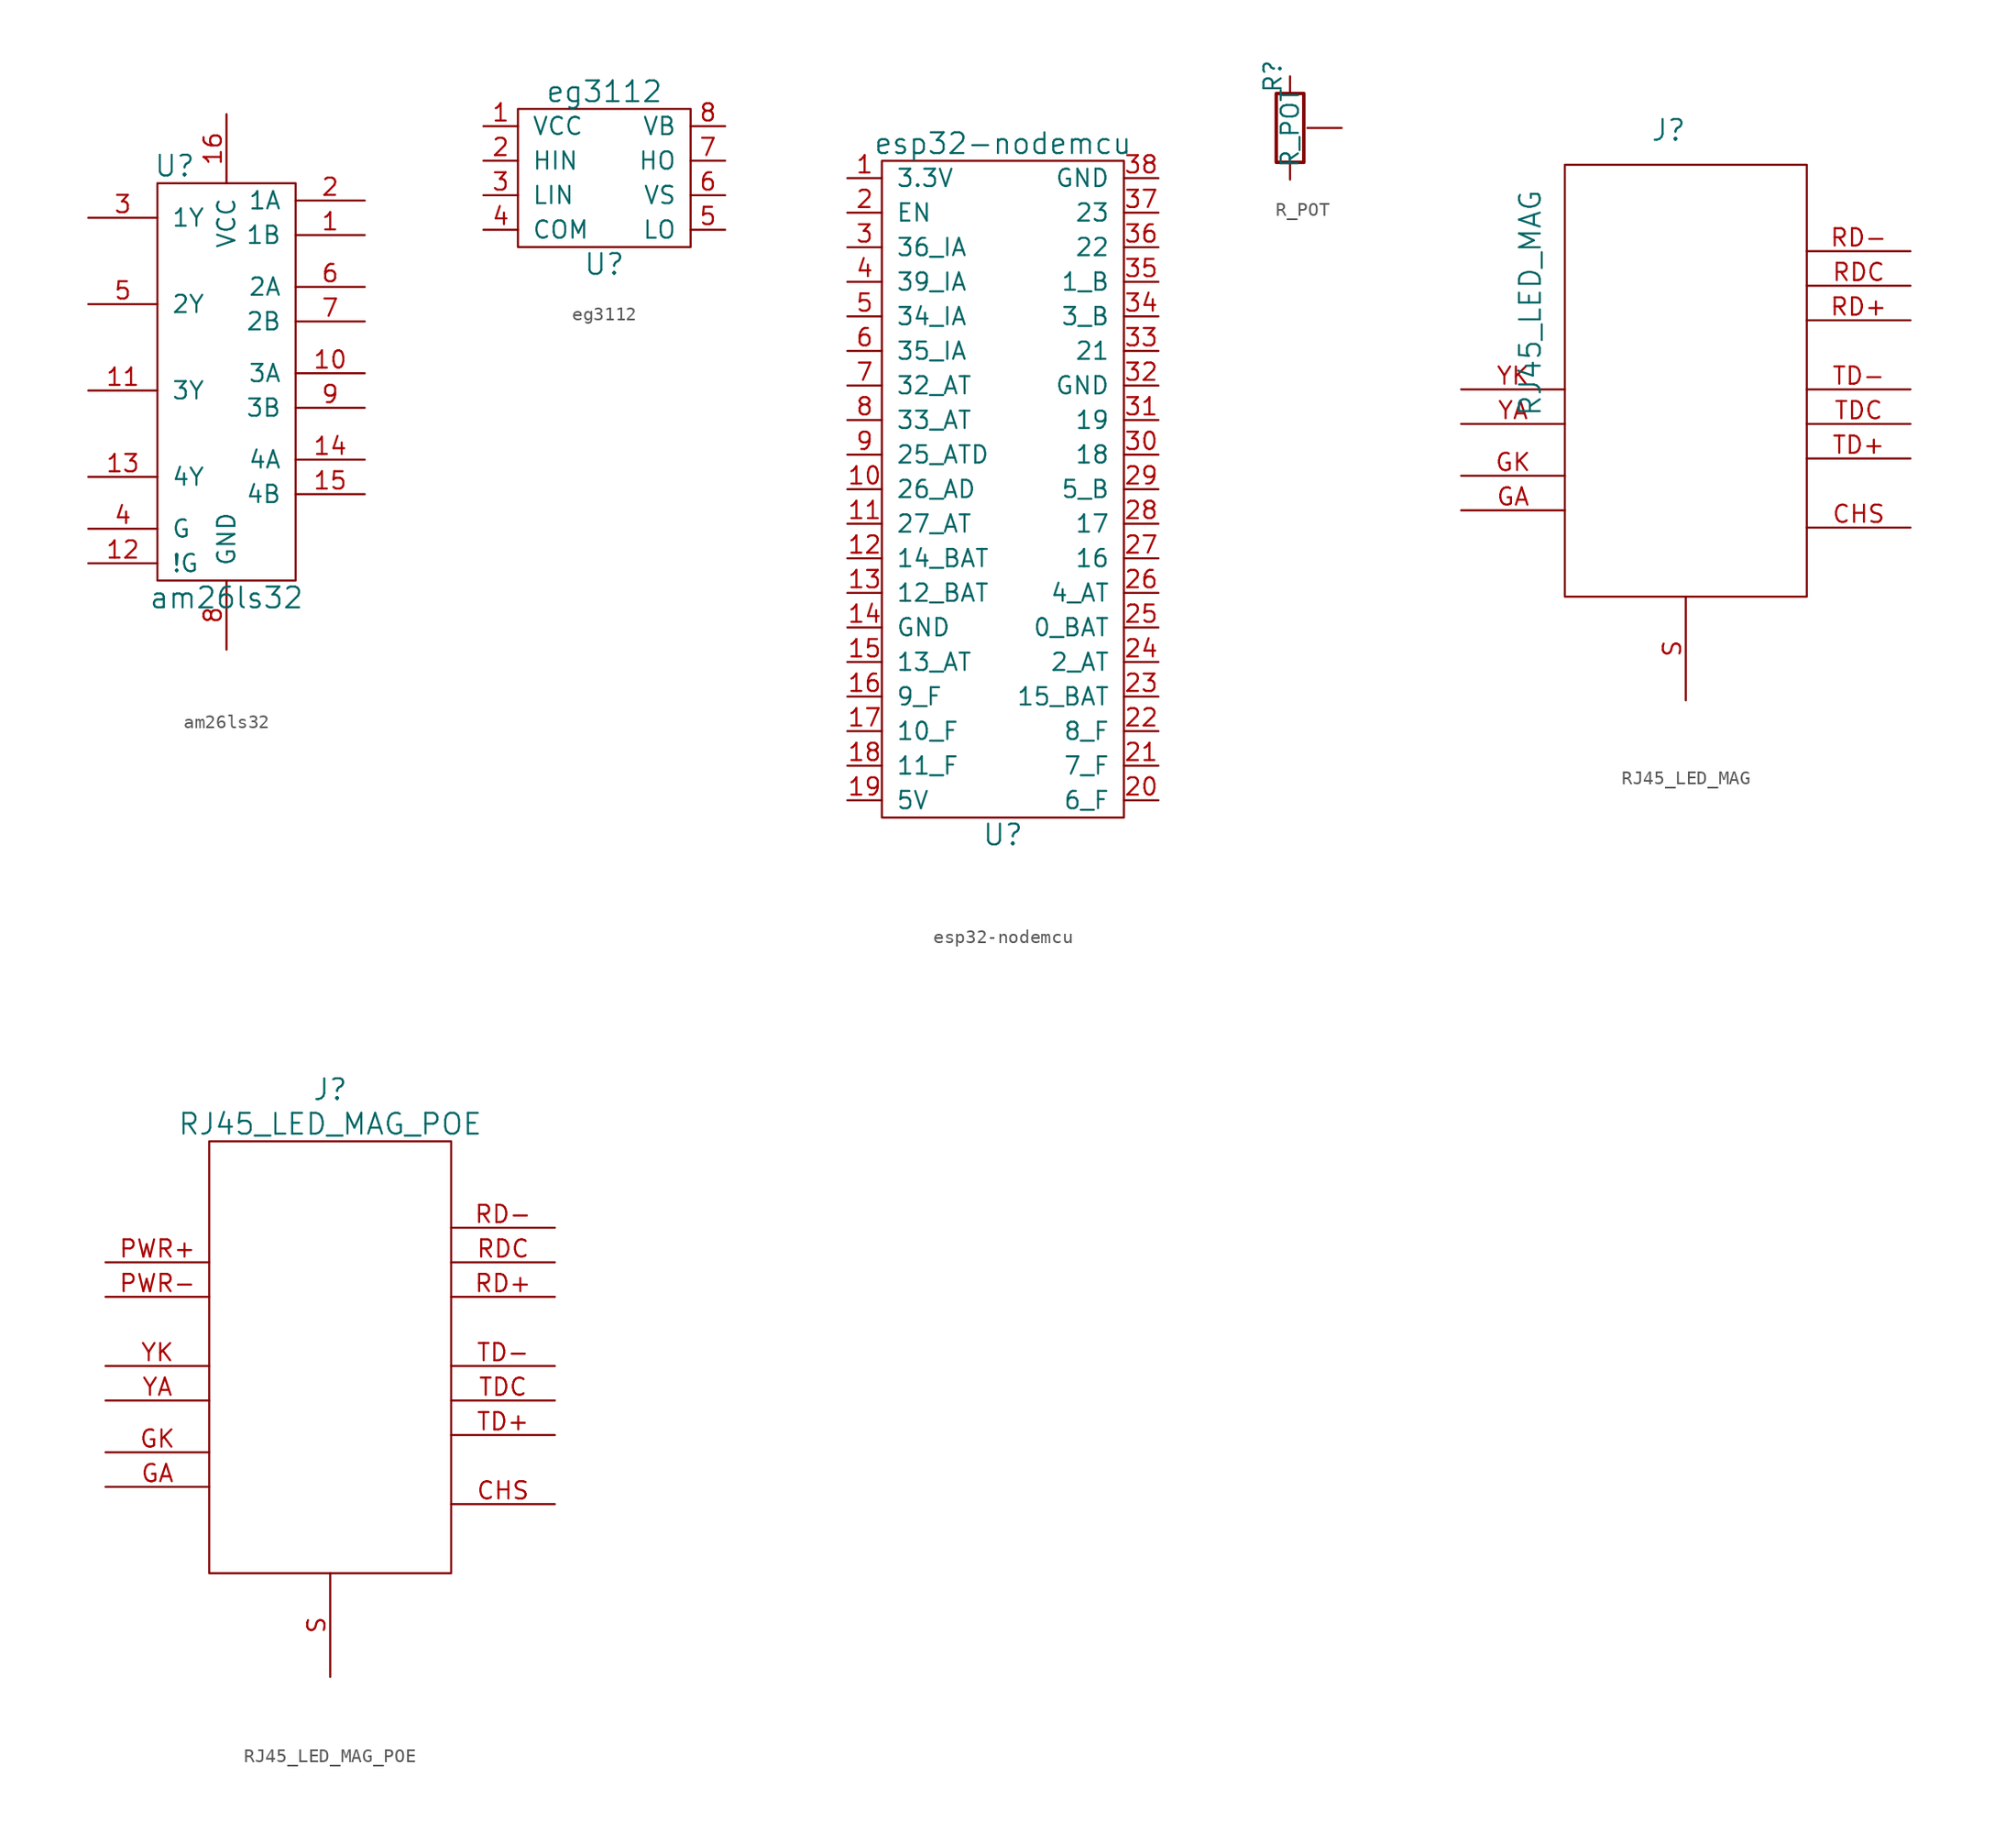
<source format=kicad_sym>
(kicad_symbol_lib
  (version 20211014)
  (generator kicad_symbol_editor)
  (symbol "am26ls32"
    (pin_names
      (offset 1.016))
    (property "Reference" "U"
      (at -3.81 12.7 0)
      (effects (font (size 1.524 1.524))))
    (property "Value" "am26ls32"
      (at 0 -19.05 0)
      (effects (font (size 1.524 1.524))))
    (symbol "am26ls32_0_1"
      (rectangle (start 5.08 11.43) (end -5.08 -17.78) (stroke (width 0) (type default) (color 0 0 0 0)) (fill (type none))))
    (symbol "am26ls32_1_1"
      (pin input line (at 10.16 7.62 180) (length 5.08) (name "1B" (effects (font (size 1.27 1.27)))) (number "1" (effects (font (size 1.27 1.27)))))
      (pin input line (at 10.16 -2.54 180) (length 5.08) (name "3A" (effects (font (size 1.27 1.27)))) (number "10" (effects (font (size 1.27 1.27)))))
      (pin output line (at -10.16 -3.81 0) (length 5.08) (name "3Y" (effects (font (size 1.27 1.27)))) (number "11" (effects (font (size 1.27 1.27)))))
      (pin input line (at -10.16 -16.51 0) (length 5.08) (name "!G" (effects (font (size 1.27 1.27)))) (number "12" (effects (font (size 1.27 1.27)))))
      (pin output line (at -10.16 -10.16 0) (length 5.08) (name "4Y" (effects (font (size 1.27 1.27)))) (number "13" (effects (font (size 1.27 1.27)))))
      (pin input line (at 10.16 -8.89 180) (length 5.08) (name "4A" (effects (font (size 1.27 1.27)))) (number "14" (effects (font (size 1.27 1.27)))))
      (pin input line (at 10.16 -11.43 180) (length 5.08) (name "4B" (effects (font (size 1.27 1.27)))) (number "15" (effects (font (size 1.27 1.27)))))
      (pin power_in line (at 0 16.51 270) (length 5.08) (name "VCC" (effects (font (size 1.27 1.27)))) (number "16" (effects (font (size 1.27 1.27)))))
      (pin input line (at 10.16 10.16 180) (length 5.08) (name "1A" (effects (font (size 1.27 1.27)))) (number "2" (effects (font (size 1.27 1.27)))))
      (pin output line (at -10.16 8.89 0) (length 5.08) (name "1Y" (effects (font (size 1.27 1.27)))) (number "3" (effects (font (size 1.27 1.27)))))
      (pin input line (at -10.16 -13.97 0) (length 5.08) (name "G" (effects (font (size 1.27 1.27)))) (number "4" (effects (font (size 1.27 1.27)))))
      (pin output line (at -10.16 2.54 0) (length 5.08) (name "2Y" (effects (font (size 1.27 1.27)))) (number "5" (effects (font (size 1.27 1.27)))))
      (pin input line (at 10.16 3.81 180) (length 5.08) (name "2A" (effects (font (size 1.27 1.27)))) (number "6" (effects (font (size 1.27 1.27)))))
      (pin input line (at 10.16 1.27 180) (length 5.08) (name "2B" (effects (font (size 1.27 1.27)))) (number "7" (effects (font (size 1.27 1.27)))))
      (pin power_in line (at 0 -22.86 90) (length 5.08) (name "GND" (effects (font (size 1.27 1.27)))) (number "8" (effects (font (size 1.27 1.27)))))
      (pin input line (at 10.16 -5.08 180) (length 5.08) (name "3B" (effects (font (size 1.27 1.27)))) (number "9" (effects (font (size 1.27 1.27)))))))
  (symbol "eg3112"
    (pin_names
      (offset 1.016))
    (property "Reference" "U"
      (at 0 -6.35 0)
      (effects (font (size 1.524 1.524))))
    (property "Value" "eg3112"
      (at 0 6.35 0)
      (effects (font (size 1.524 1.524))))
    (symbol "eg3112_0_1"
      (rectangle (start -6.35 5.08) (end 6.35 -5.08) (stroke (width 0) (type default) (color 0 0 0 0)) (fill (type none))))
    (symbol "eg3112_1_1"
      (pin power_in line (at -8.89 3.81 0) (length 2.54) (name "VCC" (effects (font (size 1.27 1.27)))) (number "1" (effects (font (size 1.27 1.27)))))
      (pin input line (at -8.89 1.27 0) (length 2.54) (name "HIN" (effects (font (size 1.27 1.27)))) (number "2" (effects (font (size 1.27 1.27)))))
      (pin input line (at -8.89 -1.27 0) (length 2.54) (name "LIN" (effects (font (size 1.27 1.27)))) (number "3" (effects (font (size 1.27 1.27)))))
      (pin power_in line (at -8.89 -3.81 0) (length 2.54) (name "COM" (effects (font (size 1.27 1.27)))) (number "4" (effects (font (size 1.27 1.27)))))
      (pin power_out line (at 8.89 -3.81 180) (length 2.54) (name "LO" (effects (font (size 1.27 1.27)))) (number "5" (effects (font (size 1.27 1.27)))))
      (pin power_in line (at 8.89 -1.27 180) (length 2.54) (name "VS" (effects (font (size 1.27 1.27)))) (number "6" (effects (font (size 1.27 1.27)))))
      (pin power_out line (at 8.89 1.27 180) (length 2.54) (name "HO" (effects (font (size 1.27 1.27)))) (number "7" (effects (font (size 1.27 1.27)))))
      (pin power_in line (at 8.89 3.81 180) (length 2.54) (name "VB" (effects (font (size 1.27 1.27)))) (number "8" (effects (font (size 1.27 1.27)))))))
  (symbol "esp32-nodemcu"
    (pin_names
      (offset 1.016))
    (property "Reference" "U"
      (at 0 -25.4 0)
      (effects (font (size 1.524 1.524))))
    (property "Value" "esp32-nodemcu"
      (at 0 25.4 0)
      (effects (font (size 1.524 1.524))))
    (symbol "esp32-nodemcu_0_1"
      (rectangle (start -8.89 24.13) (end 8.89 -24.13) (stroke (width 0) (type default) (color 0 0 0 0)) (fill (type none))))
    (symbol "esp32-nodemcu_1_1"
      (pin power_in line (at -11.43 22.86 0) (length 2.54) (name "3.3V" (effects (font (size 1.27 1.27)))) (number "1" (effects (font (size 1.27 1.27)))))
      (pin bidirectional line (at -11.43 0 0) (length 2.54) (name "26_AD" (effects (font (size 1.27 1.27)))) (number "10" (effects (font (size 1.27 1.27)))))
      (pin bidirectional line (at -11.43 -2.54 0) (length 2.54) (name "27_AT" (effects (font (size 1.27 1.27)))) (number "11" (effects (font (size 1.27 1.27)))))
      (pin bidirectional line (at -11.43 -5.08 0) (length 2.54) (name "14_BAT" (effects (font (size 1.27 1.27)))) (number "12" (effects (font (size 1.27 1.27)))))
      (pin bidirectional line (at -11.43 -7.62 0) (length 2.54) (name "12_BAT" (effects (font (size 1.27 1.27)))) (number "13" (effects (font (size 1.27 1.27)))))
      (pin power_in line (at -11.43 -10.16 0) (length 2.54) (name "GND" (effects (font (size 1.27 1.27)))) (number "14" (effects (font (size 1.27 1.27)))))
      (pin bidirectional line (at -11.43 -12.7 0) (length 2.54) (name "13_AT" (effects (font (size 1.27 1.27)))) (number "15" (effects (font (size 1.27 1.27)))))
      (pin bidirectional line (at -11.43 -15.24 0) (length 2.54) (name "9_F" (effects (font (size 1.27 1.27)))) (number "16" (effects (font (size 1.27 1.27)))))
      (pin bidirectional line (at -11.43 -17.78 0) (length 2.54) (name "10_F" (effects (font (size 1.27 1.27)))) (number "17" (effects (font (size 1.27 1.27)))))
      (pin bidirectional line (at -11.43 -20.32 0) (length 2.54) (name "11_F" (effects (font (size 1.27 1.27)))) (number "18" (effects (font (size 1.27 1.27)))))
      (pin power_in line (at -11.43 -22.86 0) (length 2.54) (name "5V" (effects (font (size 1.27 1.27)))) (number "19" (effects (font (size 1.27 1.27)))))
      (pin input line (at -11.43 20.32 0) (length 2.54) (name "EN" (effects (font (size 1.27 1.27)))) (number "2" (effects (font (size 1.27 1.27)))))
      (pin bidirectional line (at 11.43 -22.86 180) (length 2.54) (name "6_F" (effects (font (size 1.27 1.27)))) (number "20" (effects (font (size 1.27 1.27)))))
      (pin bidirectional line (at 11.43 -20.32 180) (length 2.54) (name "7_F" (effects (font (size 1.27 1.27)))) (number "21" (effects (font (size 1.27 1.27)))))
      (pin bidirectional line (at 11.43 -17.78 180) (length 2.54) (name "8_F" (effects (font (size 1.27 1.27)))) (number "22" (effects (font (size 1.27 1.27)))))
      (pin bidirectional line (at 11.43 -15.24 180) (length 2.54) (name "15_BAT" (effects (font (size 1.27 1.27)))) (number "23" (effects (font (size 1.27 1.27)))))
      (pin bidirectional line (at 11.43 -12.7 180) (length 2.54) (name "2_AT" (effects (font (size 1.27 1.27)))) (number "24" (effects (font (size 1.27 1.27)))))
      (pin bidirectional line (at 11.43 -10.16 180) (length 2.54) (name "0_BAT" (effects (font (size 1.27 1.27)))) (number "25" (effects (font (size 1.27 1.27)))))
      (pin bidirectional line (at 11.43 -7.62 180) (length 2.54) (name "4_AT" (effects (font (size 1.27 1.27)))) (number "26" (effects (font (size 1.27 1.27)))))
      (pin bidirectional line (at 11.43 -5.08 180) (length 2.54) (name "16" (effects (font (size 1.27 1.27)))) (number "27" (effects (font (size 1.27 1.27)))))
      (pin bidirectional line (at 11.43 -2.54 180) (length 2.54) (name "17" (effects (font (size 1.27 1.27)))) (number "28" (effects (font (size 1.27 1.27)))))
      (pin bidirectional line (at 11.43 0 180) (length 2.54) (name "5_B" (effects (font (size 1.27 1.27)))) (number "29" (effects (font (size 1.27 1.27)))))
      (pin input line (at -11.43 17.78 0) (length 2.54) (name "36_IA" (effects (font (size 1.27 1.27)))) (number "3" (effects (font (size 1.27 1.27)))))
      (pin bidirectional line (at 11.43 2.54 180) (length 2.54) (name "18" (effects (font (size 1.27 1.27)))) (number "30" (effects (font (size 1.27 1.27)))))
      (pin bidirectional line (at 11.43 5.08 180) (length 2.54) (name "19" (effects (font (size 1.27 1.27)))) (number "31" (effects (font (size 1.27 1.27)))))
      (pin power_in line (at 11.43 7.62 180) (length 2.54) (name "GND" (effects (font (size 1.27 1.27)))) (number "32" (effects (font (size 1.27 1.27)))))
      (pin bidirectional line (at 11.43 10.16 180) (length 2.54) (name "21" (effects (font (size 1.27 1.27)))) (number "33" (effects (font (size 1.27 1.27)))))
      (pin bidirectional line (at 11.43 12.7 180) (length 2.54) (name "3_B" (effects (font (size 1.27 1.27)))) (number "34" (effects (font (size 1.27 1.27)))))
      (pin bidirectional line (at 11.43 15.24 180) (length 2.54) (name "1_B" (effects (font (size 1.27 1.27)))) (number "35" (effects (font (size 1.27 1.27)))))
      (pin bidirectional line (at 11.43 17.78 180) (length 2.54) (name "22" (effects (font (size 1.27 1.27)))) (number "36" (effects (font (size 1.27 1.27)))))
      (pin bidirectional line (at 11.43 20.32 180) (length 2.54) (name "23" (effects (font (size 1.27 1.27)))) (number "37" (effects (font (size 1.27 1.27)))))
      (pin power_in line (at 11.43 22.86 180) (length 2.54) (name "GND" (effects (font (size 1.27 1.27)))) (number "38" (effects (font (size 1.27 1.27)))))
      (pin input line (at -11.43 15.24 0) (length 2.54) (name "39_IA" (effects (font (size 1.27 1.27)))) (number "4" (effects (font (size 1.27 1.27)))))
      (pin input line (at -11.43 12.7 0) (length 2.54) (name "34_IA" (effects (font (size 1.27 1.27)))) (number "5" (effects (font (size 1.27 1.27)))))
      (pin input line (at -11.43 10.16 0) (length 2.54) (name "35_IA" (effects (font (size 1.27 1.27)))) (number "6" (effects (font (size 1.27 1.27)))))
      (pin bidirectional line (at -11.43 7.62 0) (length 2.54) (name "32_AT" (effects (font (size 1.27 1.27)))) (number "7" (effects (font (size 1.27 1.27)))))
      (pin bidirectional line (at -11.43 5.08 0) (length 2.54) (name "33_AT" (effects (font (size 1.27 1.27)))) (number "8" (effects (font (size 1.27 1.27)))))
      (pin bidirectional line (at -11.43 2.54 0) (length 2.54) (name "25_ATD" (effects (font (size 1.27 1.27)))) (number "9" (effects (font (size 1.27 1.27)))))))
  (symbol "R_POT"
    (pin_numbers hide)
    (pin_names
      (offset 0))
    (property "Reference" "R"
      (at -1.27 3.81 90)
      (effects (font (size 1.27 1.27))))
    (property "Value" "R_POT"
      (at 0 0 90)
      (effects (font (size 1.27 1.27))))
    (symbol "R_POT_0_1"
      (rectangle (start -1.016 -2.54) (end 1.016 2.54) (stroke (width 0.254) (type default) (color 0 0 0 0)) (fill (type none))))
    (symbol "R_POT_1_1"
      (pin passive line (at 0 3.81 270) (length 1.27) (name "~" (effects (font (size 1.27 1.27)))) (number "1" (effects (font (size 1.27 1.27)))))
      (pin passive line (at 0 -3.81 90) (length 1.27) (name "~" (effects (font (size 1.27 1.27)))) (number "2" (effects (font (size 1.27 1.27)))))
      (pin passive line (at 3.81 0 180) (length 2.54) (name "~" (effects (font (size 1.27 1.27)))) (number "3" (effects (font (size 1.27 1.27)))))))
  (symbol "RJ45_LED_MAG"
    (pin_names
      (offset 1.016))
    (property "Reference" "J"
      (at -1.27 16.51 0)
      (effects (font (size 1.524 1.524))))
    (property "Value" "RJ45_LED_MAG"
      (at -11.43 3.81 90)
      (effects (font (size 1.524 1.524))))
    (symbol "RJ45_LED_MAG_0_1"
      (rectangle (start -8.89 -17.78) (end 8.89 13.97) (stroke (width 0) (type default) (color 0 0 0 0)) (fill (type none))))
    (symbol "RJ45_LED_MAG_1_1"
      (pin input line (at 16.51 -12.7 180) (length 7.62) (name "" (effects (font (size 1.27 1.27)))) (number "CHS" (effects (font (size 1.27 1.27)))))
      (pin input line (at -16.51 -11.43 0) (length 7.62) (name "" (effects (font (size 1.27 1.27)))) (number "GA" (effects (font (size 1.27 1.27)))))
      (pin input line (at -16.51 -8.89 0) (length 7.62) (name "" (effects (font (size 1.27 1.27)))) (number "GK" (effects (font (size 1.27 1.27)))))
      (pin input line (at 16.51 2.54 180) (length 7.62) (name "" (effects (font (size 1.27 1.27)))) (number "RD+" (effects (font (size 1.27 1.27)))))
      (pin input line (at 16.51 7.62 180) (length 7.62) (name "" (effects (font (size 1.27 1.27)))) (number "RD-" (effects (font (size 1.27 1.27)))))
      (pin input line (at 16.51 5.08 180) (length 7.62) (name "" (effects (font (size 1.27 1.27)))) (number "RDC" (effects (font (size 1.27 1.27)))))
      (pin power_in line (at 0 -25.4 90) (length 7.62) (name "" (effects (font (size 1.27 1.27)))) (number "S" (effects (font (size 1.27 1.27)))))
      (pin input line (at 16.51 -7.62 180) (length 7.62) (name "" (effects (font (size 1.27 1.27)))) (number "TD+" (effects (font (size 1.27 1.27)))))
      (pin input line (at 16.51 -2.54 180) (length 7.62) (name "" (effects (font (size 1.27 1.27)))) (number "TD-" (effects (font (size 1.27 1.27)))))
      (pin input line (at 16.51 -5.08 180) (length 7.62) (name "" (effects (font (size 1.27 1.27)))) (number "TDC" (effects (font (size 1.27 1.27)))))
      (pin input line (at -16.51 -5.08 0) (length 7.62) (name "" (effects (font (size 1.27 1.27)))) (number "YA" (effects (font (size 1.27 1.27)))))
      (pin input line (at -16.51 -2.54 0) (length 7.62) (name "" (effects (font (size 1.27 1.27)))) (number "YK" (effects (font (size 1.27 1.27)))))))
  (symbol "RJ45_LED_MAG_POE"
    (pin_names
      (offset 1.016))
    (property "Reference" "J"
      (at 0 17.78 0)
      (effects (font (size 1.524 1.524))))
    (property "Value" "RJ45_LED_MAG_POE"
      (at 0 15.24 0)
      (effects (font (size 1.524 1.524))))
    (symbol "RJ45_LED_MAG_POE_0_1"
      (rectangle (start -8.89 -17.78) (end 8.89 13.97) (stroke (width 0) (type default) (color 0 0 0 0)) (fill (type none))))
    (symbol "RJ45_LED_MAG_POE_1_1"
      (pin input line (at 16.51 -12.7 180) (length 7.62) (name "" (effects (font (size 1.27 1.27)))) (number "CHS" (effects (font (size 1.27 1.27)))))
      (pin input line (at -16.51 -11.43 0) (length 7.62) (name "" (effects (font (size 1.27 1.27)))) (number "GA" (effects (font (size 1.27 1.27)))))
      (pin input line (at -16.51 -8.89 0) (length 7.62) (name "" (effects (font (size 1.27 1.27)))) (number "GK" (effects (font (size 1.27 1.27)))))
      (pin power_out line (at -16.51 5.08 0) (length 7.62) (name "" (effects (font (size 1.27 1.27)))) (number "PWR+" (effects (font (size 1.27 1.27)))))
      (pin power_out line (at -16.51 2.54 0) (length 7.62) (name "" (effects (font (size 1.27 1.27)))) (number "PWR-" (effects (font (size 1.27 1.27)))))
      (pin input line (at 16.51 2.54 180) (length 7.62) (name "" (effects (font (size 1.27 1.27)))) (number "RD+" (effects (font (size 1.27 1.27)))))
      (pin input line (at 16.51 7.62 180) (length 7.62) (name "" (effects (font (size 1.27 1.27)))) (number "RD-" (effects (font (size 1.27 1.27)))))
      (pin input line (at 16.51 5.08 180) (length 7.62) (name "" (effects (font (size 1.27 1.27)))) (number "RDC" (effects (font (size 1.27 1.27)))))
      (pin power_in line (at 0 -25.4 90) (length 7.62) (name "" (effects (font (size 1.27 1.27)))) (number "S" (effects (font (size 1.27 1.27)))))
      (pin input line (at 16.51 -7.62 180) (length 7.62) (name "" (effects (font (size 1.27 1.27)))) (number "TD+" (effects (font (size 1.27 1.27)))))
      (pin input line (at 16.51 -2.54 180) (length 7.62) (name "" (effects (font (size 1.27 1.27)))) (number "TD-" (effects (font (size 1.27 1.27)))))
      (pin input line (at 16.51 -5.08 180) (length 7.62) (name "" (effects (font (size 1.27 1.27)))) (number "TDC" (effects (font (size 1.27 1.27)))))
      (pin input line (at -16.51 -5.08 0) (length 7.62) (name "" (effects (font (size 1.27 1.27)))) (number "YA" (effects (font (size 1.27 1.27)))))
      (pin input line (at -16.51 -2.54 0) (length 7.62) (name "" (effects (font (size 1.27 1.27)))) (number "YK" (effects (font (size 1.27 1.27))))))))
</source>
